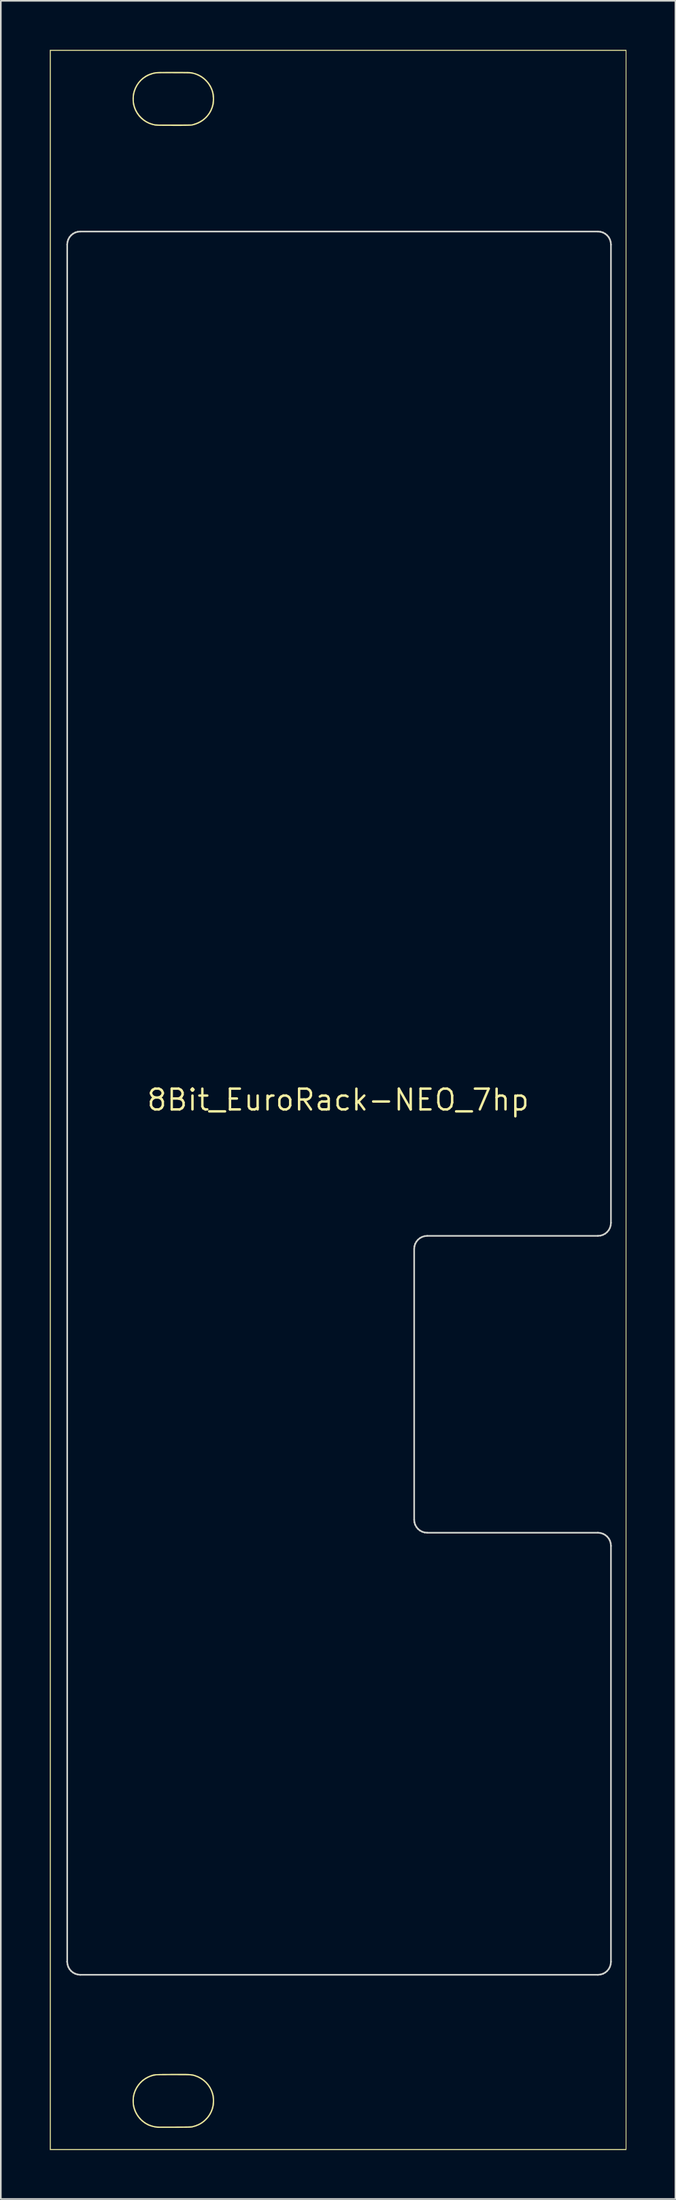
<source format=kicad_pcb>
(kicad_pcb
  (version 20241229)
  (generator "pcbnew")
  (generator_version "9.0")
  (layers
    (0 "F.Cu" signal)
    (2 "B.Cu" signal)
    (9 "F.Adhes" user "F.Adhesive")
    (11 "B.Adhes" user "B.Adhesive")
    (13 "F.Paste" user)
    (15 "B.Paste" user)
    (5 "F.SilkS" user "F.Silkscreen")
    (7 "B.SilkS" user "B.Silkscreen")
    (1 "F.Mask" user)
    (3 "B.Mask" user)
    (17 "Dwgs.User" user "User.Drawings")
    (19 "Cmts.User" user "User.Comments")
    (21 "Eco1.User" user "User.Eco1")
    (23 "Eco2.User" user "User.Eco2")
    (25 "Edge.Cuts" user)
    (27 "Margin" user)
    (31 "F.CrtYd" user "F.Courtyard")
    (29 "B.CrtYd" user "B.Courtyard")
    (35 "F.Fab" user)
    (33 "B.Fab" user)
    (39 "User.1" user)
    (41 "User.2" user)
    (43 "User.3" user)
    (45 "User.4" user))
  (footprint "8Bit_EuroRack-NEO_7hp"
    (layer "F.Cu")
    (at 17.658 64.254)
    (property "Reference" "8Bit_EuroRack-NEO_7hp" (at 0 0 0) (layer "F.SilkS") (effects (font (size 1.27 1.27) (thickness 0.15))))
    (attr through_hole)
    (fp_poly (pts (xy 17.653 64.249) (xy -17.653 64.249) (xy -17.653 -64.198) (xy -17.602 -64.198) (xy -17.602 64.198) (xy 17.615 64.198) (xy 17.615 -64.198) (xy -17.602 -64.198) (xy -17.653 -64.198) (xy -17.653 -64.249) (xy 17.653 -64.249) (xy 17.653 64.249)) (stroke (width 0.01) (type solid)) (fill yes) (layer "F.SilkS"))
    (fp_poly (pts (xy -9.892 -62.897) (xy -9.73 -62.897) (xy -9.59 -62.897) (xy -9.469 -62.896) (xy -9.367 -62.896) (xy -9.281 -62.895) (xy -9.209 -62.894) (xy -9.149 -62.893) (xy -9.101 -62.891) (xy -9.061 -62.889) (xy -9.028 -62.886) (xy -9.001 -62.883) (xy -8.976 -62.88) (xy -8.953 -62.875) (xy -8.93 -62.871) (xy -8.916 -62.867) (xy -8.718 -62.813) (xy -8.536 -62.74) (xy -8.368 -62.648) (xy -8.211 -62.535) (xy -8.064 -62.399) (xy -8.055 -62.39) (xy -7.921 -62.235) (xy -7.809 -62.066) (xy -7.72 -61.885) (xy -7.653 -61.694) (xy -7.613 -61.512) (xy -7.603 -61.426) (xy -7.598 -61.324) (xy -7.598 -61.215) (xy -7.603 -61.105) (xy -7.611 -61.004) (xy -7.625 -60.918) (xy -7.626 -60.909) (xy -7.683 -60.709) (xy -7.761 -60.521) (xy -7.862 -60.346) (xy -7.985 -60.183) (xy -8.071 -60.089) (xy -8.223 -59.953) (xy -8.389 -59.838) (xy -8.567 -59.745) (xy -8.743 -59.678) (xy -8.785 -59.665) (xy -8.825 -59.653) (xy -8.864 -59.643) (xy -8.903 -59.634) (xy -8.945 -59.627) (xy -8.992 -59.62) (xy -9.046 -59.615) (xy -9.108 -59.611) (xy -9.181 -59.608) (xy -9.266 -59.606) (xy -9.365 -59.604) (xy -9.481 -59.603) (xy -9.615 -59.602) (xy -9.768 -59.602) (xy -9.944 -59.602) (xy -10.103 -59.602) (xy -10.303 -59.603) (xy -10.479 -59.603) (xy -10.633 -59.604) (xy -10.765 -59.605) (xy -10.877 -59.607) (xy -10.971 -59.608) (xy -11.047 -59.61) (xy -11.108 -59.613) (xy -11.153 -59.615) (xy -11.186 -59.619) (xy -11.195 -59.62) (xy -11.393 -59.664) (xy -11.582 -59.73) (xy -11.759 -59.817) (xy -11.923 -59.924) (xy -12.072 -60.048) (xy -12.206 -60.189) (xy -12.322 -60.345) (xy -12.419 -60.514) (xy -12.496 -60.696) (xy -12.552 -60.888) (xy -12.567 -60.966) (xy -12.578 -61.055) (xy -12.584 -61.158) (xy -12.586 -61.269) (xy -12.586 -61.272) (xy -12.515 -61.272) (xy -12.514 -61.169) (xy -12.509 -61.074) (xy -12.5 -60.994) (xy -12.498 -60.985) (xy -12.451 -60.789) (xy -12.38 -60.603) (xy -12.287 -60.428) (xy -12.171 -60.265) (xy -12.053 -60.134) (xy -11.903 -60.001) (xy -11.744 -59.891) (xy -11.574 -59.804) (xy -11.39 -59.738) (xy -11.246 -59.702) (xy -11.224 -59.698) (xy -11.201 -59.694) (xy -11.175 -59.691) (xy -11.145 -59.689) (xy -11.108 -59.687) (xy -11.062 -59.685) (xy -11.007 -59.683) (xy -10.94 -59.682) (xy -10.859 -59.681) (xy -10.763 -59.681) (xy -10.649 -59.681) (xy -10.517 -59.681) (xy -10.364 -59.681) (xy -10.189 -59.681) (xy -10.058 -59.682) (xy -8.985 -59.684) (xy -8.862 -59.718) (xy -8.664 -59.784) (xy -8.481 -59.871) (xy -8.313 -59.976) (xy -8.162 -60.099) (xy -8.029 -60.239) (xy -7.914 -60.395) (xy -7.819 -60.566) (xy -7.745 -60.752) (xy -7.741 -60.763) (xy -7.697 -60.936) (xy -7.673 -61.118) (xy -7.67 -61.304) (xy -7.686 -61.489) (xy -7.721 -61.667) (xy -7.755 -61.776) (xy -7.833 -61.956) (xy -7.932 -62.125) (xy -8.05 -62.28) (xy -8.186 -62.419) (xy -8.337 -62.54) (xy -8.503 -62.642) (xy -8.68 -62.724) (xy -8.75 -62.749) (xy -8.788 -62.761) (xy -8.822 -62.772) (xy -8.854 -62.781) (xy -8.886 -62.789) (xy -8.92 -62.796) (xy -8.957 -62.802) (xy -9.001 -62.807) (xy -9.052 -62.811) (xy -9.112 -62.814) (xy -9.184 -62.816) (xy -9.27 -62.818) (xy -9.371 -62.819) (xy -9.489 -62.821) (xy -9.626 -62.821) (xy -9.785 -62.822) (xy -9.967 -62.823) (xy -10.008 -62.823) (xy -10.206 -62.824) (xy -10.381 -62.825) (xy -10.535 -62.825) (xy -10.669 -62.825) (xy -10.784 -62.824) (xy -10.884 -62.823) (xy -10.969 -62.821) (xy -11.042 -62.818) (xy -11.104 -62.814) (xy -11.157 -62.81) (xy -11.204 -62.804) (xy -11.245 -62.797) (xy -11.284 -62.789) (xy -11.321 -62.78) (xy -11.358 -62.77) (xy -11.364 -62.768) (xy -11.559 -62.699) (xy -11.738 -62.61) (xy -11.902 -62.502) (xy -12.048 -62.376) (xy -12.178 -62.232) (xy -12.288 -62.072) (xy -12.379 -61.897) (xy -12.45 -61.708) (xy -12.492 -61.544) (xy -12.503 -61.468) (xy -12.511 -61.374) (xy -12.515 -61.272) (xy -12.586 -61.272) (xy -12.583 -61.378) (xy -12.575 -61.477) (xy -12.567 -61.534) (xy -12.52 -61.728) (xy -12.45 -61.915) (xy -12.359 -62.091) (xy -12.248 -62.256) (xy -12.118 -62.406) (xy -11.971 -62.54) (xy -11.809 -62.655) (xy -11.684 -62.725) (xy -11.601 -62.762) (xy -11.503 -62.799) (xy -11.397 -62.833) (xy -11.293 -62.86) (xy -11.233 -62.873) (xy -11.209 -62.877) (xy -11.183 -62.881) (xy -11.155 -62.884) (xy -11.123 -62.887) (xy -11.084 -62.889) (xy -11.036 -62.891) (xy -10.979 -62.893) (xy -10.91 -62.894) (xy -10.827 -62.895) (xy -10.728 -62.896) (xy -10.612 -62.896) (xy -10.476 -62.897) (xy -10.32 -62.897) (xy -10.14 -62.897) (xy -10.077 -62.897) (xy -9.892 -62.897)) (stroke (width 0.01) (type solid)) (fill yes) (layer "F.SilkS"))
    (fp_poly (pts (xy -9.491 59.603) (xy -9.375 59.604) (xy -9.276 59.605) (xy -9.19 59.607) (xy -9.117 59.61) (xy -9.054 59.614) (xy -9 59.619) (xy -8.953 59.625) (xy -8.91 59.632) (xy -8.871 59.641) (xy -8.832 59.651) (xy -8.793 59.662) (xy -8.752 59.675) (xy -8.743 59.678) (xy -8.552 59.752) (xy -8.375 59.847) (xy -8.212 59.962) (xy -8.065 60.094) (xy -7.935 60.243) (xy -7.823 60.408) (xy -7.732 60.586) (xy -7.661 60.777) (xy -7.626 60.909) (xy -7.613 60.992) (xy -7.603 61.092) (xy -7.598 61.201) (xy -7.598 61.311) (xy -7.602 61.414) (xy -7.611 61.503) (xy -7.613 61.512) (xy -7.658 61.712) (xy -7.727 61.902) (xy -7.819 62.081) (xy -7.932 62.249) (xy -8.055 62.39) (xy -8.203 62.528) (xy -8.36 62.643) (xy -8.529 62.737) (xy -8.711 62.811) (xy -8.909 62.866) (xy -8.933 62.872) (xy -8.956 62.876) (xy -8.979 62.88) (xy -9.006 62.883) (xy -9.037 62.886) (xy -9.074 62.889) (xy -9.12 62.891) (xy -9.176 62.892) (xy -9.245 62.893) (xy -9.327 62.894) (xy -9.425 62.895) (xy -9.541 62.896) (xy -9.676 62.896) (xy -9.833 62.897) (xy -10.014 62.897) (xy -10.033 62.897) (xy -10.191 62.898) (xy -10.342 62.898) (xy -10.485 62.898) (xy -10.617 62.898) (xy -10.737 62.898) (xy -10.841 62.897) (xy -10.929 62.897) (xy -10.998 62.897) (xy -11.047 62.896) (xy -11.072 62.895) (xy -11.074 62.895) (xy -11.205 62.876) (xy -11.339 62.847) (xy -11.47 62.81) (xy -11.59 62.768) (xy -11.677 62.729) (xy -11.851 62.628) (xy -12.01 62.507) (xy -12.153 62.369) (xy -12.279 62.215) (xy -12.385 62.047) (xy -12.471 61.868) (xy -12.535 61.68) (xy -12.566 61.538) (xy -12.579 61.44) (xy -12.585 61.327) (xy -12.586 61.216) (xy -12.514 61.216) (xy -12.513 61.308) (xy -12.51 61.395) (xy -12.505 61.47) (xy -12.498 61.517) (xy -12.448 61.714) (xy -12.377 61.899) (xy -12.286 62.072) (xy -12.176 62.23) (xy -12.049 62.373) (xy -11.907 62.498) (xy -11.749 62.606) (xy -11.579 62.693) (xy -11.397 62.759) (xy -11.259 62.793) (xy -11.231 62.799) (xy -11.207 62.803) (xy -11.182 62.807) (xy -11.157 62.811) (xy -11.128 62.814) (xy -11.095 62.816) (xy -11.054 62.818) (xy -11.005 62.82) (xy -10.946 62.821) (xy -10.875 62.821) (xy -10.789 62.822) (xy -10.688 62.822) (xy -10.569 62.822) (xy -10.43 62.822) (xy -10.27 62.822) (xy -10.087 62.821) (xy -10.039 62.821) (xy -9.85 62.82) (xy -9.685 62.82) (xy -9.541 62.819) (xy -9.418 62.818) (xy -9.313 62.817) (xy -9.226 62.816) (xy -9.153 62.815) (xy -9.093 62.813) (xy -9.045 62.811) (xy -9.007 62.809) (xy -8.977 62.806) (xy -8.953 62.803) (xy -8.934 62.799) (xy -8.928 62.798) (xy -8.746 62.745) (xy -8.583 62.682) (xy -8.436 62.606) (xy -8.301 62.514) (xy -8.172 62.406) (xy -8.158 62.392) (xy -8.02 62.244) (xy -7.905 62.085) (xy -7.812 61.914) (xy -7.741 61.73) (xy -7.696 61.555) (xy -7.681 61.46) (xy -7.672 61.349) (xy -7.669 61.233) (xy -7.672 61.12) (xy -7.681 61.021) (xy -7.683 61.004) (xy -7.726 60.812) (xy -7.791 60.629) (xy -7.878 60.456) (xy -7.985 60.296) (xy -8.11 60.151) (xy -8.252 60.021) (xy -8.41 59.91) (xy -8.581 59.818) (xy -8.743 59.754) (xy -8.784 59.741) (xy -8.821 59.729) (xy -8.858 59.719) (xy -8.895 59.71) (xy -8.934 59.703) (xy -8.978 59.697) (xy -9.028 59.691) (xy -9.086 59.687) (xy -9.155 59.684) (xy -9.235 59.682) (xy -9.329 59.68) (xy -9.439 59.679) (xy -9.567 59.678) (xy -9.714 59.678) (xy -9.882 59.677) (xy -10.074 59.677) (xy -10.098 59.677) (xy -10.283 59.677) (xy -10.445 59.677) (xy -10.586 59.678) (xy -10.706 59.678) (xy -10.809 59.679) (xy -10.896 59.68) (xy -10.968 59.681) (xy -11.027 59.682) (xy -11.077 59.684) (xy -11.117 59.686) (xy -11.151 59.689) (xy -11.179 59.692) (xy -11.205 59.696) (xy -11.229 59.7) (xy -11.236 59.701) (xy -11.347 59.726) (xy -11.445 59.755) (xy -11.541 59.791) (xy -11.646 59.84) (xy -11.652 59.843) (xy -11.819 59.939) (xy -11.971 60.055) (xy -12.108 60.189) (xy -12.228 60.34) (xy -12.33 60.504) (xy -12.412 60.68) (xy -12.473 60.867) (xy -12.498 60.985) (xy -12.506 61.048) (xy -12.511 61.127) (xy -12.514 61.216) (xy -12.586 61.216) (xy -12.586 61.208) (xy -12.581 61.091) (xy -12.57 60.987) (xy -12.566 60.965) (xy -12.521 60.772) (xy -12.452 60.588) (xy -12.363 60.413) (xy -12.253 60.251) (xy -12.126 60.103) (xy -11.983 59.97) (xy -11.824 59.855) (xy -11.653 59.76) (xy -11.469 59.686) (xy -11.468 59.685) (xy -11.428 59.672) (xy -11.392 59.66) (xy -11.358 59.65) (xy -11.325 59.641) (xy -11.291 59.634) (xy -11.253 59.628) (xy -11.21 59.622) (xy -11.16 59.618) (xy -11.101 59.615) (xy -11.031 59.612) (xy -10.948 59.61) (xy -10.851 59.609) (xy -10.737 59.607) (xy -10.604 59.607) (xy -10.451 59.606) (xy -10.276 59.605) (xy -10.152 59.604) (xy -9.953 59.604) (xy -9.778 59.603) (xy -9.625 59.603) (xy -9.491 59.603)) (stroke (width 0.01) (type solid)) (fill yes) (layer "F.SilkS"))
    (fp_line (start -16.592 -52.338) (end -16.592 52.734) (stroke (width 0.1) (type solid)) (layer "Edge.Cuts"))
    (fp_line (start -16.592 52.734) (end -16.592 52.734) (stroke (width 0.1) (type solid)) (layer "Edge.Cuts"))
    (fp_line (start -16.592 52.734) (end -16.576 52.891) (stroke (width 0.1) (type solid)) (layer "Edge.Cuts"))
    (fp_line (start -16.576 -52.494) (end -16.592 -52.338) (stroke (width 0.1) (type solid)) (layer "Edge.Cuts"))
    (fp_line (start -16.576 52.891) (end -16.531 53.041) (stroke (width 0.1) (type solid)) (layer "Edge.Cuts"))
    (fp_line (start -16.531 -52.644) (end -16.576 -52.494) (stroke (width 0.1) (type solid)) (layer "Edge.Cuts"))
    (fp_line (start -16.531 53.041) (end -16.457 53.178) (stroke (width 0.1) (type solid)) (layer "Edge.Cuts"))
    (fp_line (start -16.457 -52.781) (end -16.531 -52.644) (stroke (width 0.1) (type solid)) (layer "Edge.Cuts"))
    (fp_line (start -16.457 53.178) (end -16.357 53.3) (stroke (width 0.1) (type solid)) (layer "Edge.Cuts"))
    (fp_line (start -16.357 -52.903) (end -16.457 -52.781) (stroke (width 0.1) (type solid)) (layer "Edge.Cuts"))
    (fp_line (start -16.357 53.3) (end -16.236 53.4) (stroke (width 0.1) (type solid)) (layer "Edge.Cuts"))
    (fp_line (start -16.236 -53.003) (end -16.357 -52.903) (stroke (width 0.1) (type solid)) (layer "Edge.Cuts"))
    (fp_line (start -16.236 53.4) (end -16.098 53.473) (stroke (width 0.1) (type solid)) (layer "Edge.Cuts"))
    (fp_line (start -16.098 -53.077) (end -16.236 -53.003) (stroke (width 0.1) (type solid)) (layer "Edge.Cuts"))
    (fp_line (start -16.098 53.473) (end -15.948 53.519) (stroke (width 0.1) (type solid)) (layer "Edge.Cuts"))
    (fp_line (start -15.948 -53.122) (end -16.098 -53.077) (stroke (width 0.1) (type solid)) (layer "Edge.Cuts"))
    (fp_line (start -15.948 53.519) (end -15.792 53.534) (stroke (width 0.1) (type solid)) (layer "Edge.Cuts"))
    (fp_line (start -15.792 -53.138) (end -15.948 -53.122) (stroke (width 0.1) (type solid)) (layer "Edge.Cuts"))
    (fp_line (start -15.792 53.534) (end 15.91 53.534) (stroke (width 0.1) (type solid)) (layer "Edge.Cuts"))
    (fp_line (start 4.658 9.119) (end 4.674 8.958) (stroke (width 0.1) (type solid)) (layer "Edge.Cuts"))
    (fp_line (start 4.658 25.684) (end 4.658 9.119) (stroke (width 0.1) (type solid)) (layer "Edge.Cuts"))
    (fp_line (start 4.674 8.958) (end 4.721 8.808) (stroke (width 0.1) (type solid)) (layer "Edge.Cuts"))
    (fp_line (start 4.674 25.845) (end 4.658 25.684) (stroke (width 0.1) (type solid)) (layer "Edge.Cuts"))
    (fp_line (start 4.721 8.808) (end 4.795 8.672) (stroke (width 0.1) (type solid)) (layer "Edge.Cuts"))
    (fp_line (start 4.721 25.996) (end 4.674 25.845) (stroke (width 0.1) (type solid)) (layer "Edge.Cuts"))
    (fp_line (start 4.795 8.672) (end 4.892 8.554) (stroke (width 0.1) (type solid)) (layer "Edge.Cuts"))
    (fp_line (start 4.795 26.132) (end 4.721 25.996) (stroke (width 0.1) (type solid)) (layer "Edge.Cuts"))
    (fp_line (start 4.892 8.554) (end 5.011 8.456) (stroke (width 0.1) (type solid)) (layer "Edge.Cuts"))
    (fp_line (start 4.892 26.25) (end 4.795 26.132) (stroke (width 0.1) (type solid)) (layer "Edge.Cuts"))
    (fp_line (start 5.011 8.456) (end 5.146 8.382) (stroke (width 0.1) (type solid)) (layer "Edge.Cuts"))
    (fp_line (start 5.011 26.348) (end 4.892 26.25) (stroke (width 0.1) (type solid)) (layer "Edge.Cuts"))
    (fp_line (start 5.146 8.382) (end 5.297 8.335) (stroke (width 0.1) (type solid)) (layer "Edge.Cuts"))
    (fp_line (start 5.146 26.421) (end 5.011 26.348) (stroke (width 0.1) (type solid)) (layer "Edge.Cuts"))
    (fp_line (start 5.297 8.335) (end 5.458 8.319) (stroke (width 0.1) (type solid)) (layer "Edge.Cuts"))
    (fp_line (start 5.297 26.468) (end 5.146 26.421) (stroke (width 0.1) (type solid)) (layer "Edge.Cuts"))
    (fp_line (start 5.458 8.319) (end 15.91 8.319) (stroke (width 0.1) (type solid)) (layer "Edge.Cuts"))
    (fp_line (start 5.458 26.484) (end 5.297 26.468) (stroke (width 0.1) (type solid)) (layer "Edge.Cuts"))
    (fp_line (start 15.91 -53.138) (end -15.792 -53.138) (stroke (width 0.1) (type solid)) (layer "Edge.Cuts"))
    (fp_line (start 15.91 8.319) (end 16.072 8.303) (stroke (width 0.1) (type solid)) (layer "Edge.Cuts"))
    (fp_line (start 15.91 26.484) (end 5.458 26.484) (stroke (width 0.1) (type solid)) (layer "Edge.Cuts"))
    (fp_line (start 15.91 53.534) (end 16.072 53.518) (stroke (width 0.1) (type solid)) (layer "Edge.Cuts"))
    (fp_line (start 16.072 -53.121) (end 15.91 -53.138) (stroke (width 0.1) (type solid)) (layer "Edge.Cuts"))
    (fp_line (start 16.072 8.303) (end 16.222 8.256) (stroke (width 0.1) (type solid)) (layer "Edge.Cuts"))
    (fp_line (start 16.072 26.5) (end 15.91 26.484) (stroke (width 0.1) (type solid)) (layer "Edge.Cuts"))
    (fp_line (start 16.072 53.518) (end 16.222 53.472) (stroke (width 0.1) (type solid)) (layer "Edge.Cuts"))
    (fp_line (start 16.222 -53.075) (end 16.072 -53.121) (stroke (width 0.1) (type solid)) (layer "Edge.Cuts"))
    (fp_line (start 16.222 8.256) (end 16.358 8.183) (stroke (width 0.1) (type solid)) (layer "Edge.Cuts"))
    (fp_line (start 16.222 26.547) (end 16.072 26.5) (stroke (width 0.1) (type solid)) (layer "Edge.Cuts"))
    (fp_line (start 16.222 53.472) (end 16.358 53.398) (stroke (width 0.1) (type solid)) (layer "Edge.Cuts"))
    (fp_line (start 16.358 -53.001) (end 16.222 -53.075) (stroke (width 0.1) (type solid)) (layer "Edge.Cuts"))
    (fp_line (start 16.358 8.183) (end 16.476 8.085) (stroke (width 0.1) (type solid)) (layer "Edge.Cuts"))
    (fp_line (start 16.358 26.621) (end 16.222 26.547) (stroke (width 0.1) (type solid)) (layer "Edge.Cuts"))
    (fp_line (start 16.358 53.398) (end 16.476 53.3) (stroke (width 0.1) (type solid)) (layer "Edge.Cuts"))
    (fp_line (start 16.476 -52.903) (end 16.358 -53.001) (stroke (width 0.1) (type solid)) (layer "Edge.Cuts"))
    (fp_line (start 16.476 8.085) (end 16.574 7.966) (stroke (width 0.1) (type solid)) (layer "Edge.Cuts"))
    (fp_line (start 16.476 26.719) (end 16.358 26.621) (stroke (width 0.1) (type solid)) (layer "Edge.Cuts"))
    (fp_line (start 16.476 53.3) (end 16.574 53.182) (stroke (width 0.1) (type solid)) (layer "Edge.Cuts"))
    (fp_line (start 16.574 -52.785) (end 16.476 -52.903) (stroke (width 0.1) (type solid)) (layer "Edge.Cuts"))
    (fp_line (start 16.574 7.966) (end 16.648 7.831) (stroke (width 0.1) (type solid)) (layer "Edge.Cuts"))
    (fp_line (start 16.574 26.837) (end 16.476 26.719) (stroke (width 0.1) (type solid)) (layer "Edge.Cuts"))
    (fp_line (start 16.574 53.182) (end 16.648 53.046) (stroke (width 0.1) (type solid)) (layer "Edge.Cuts"))
    (fp_line (start 16.648 -52.649) (end 16.574 -52.785) (stroke (width 0.1) (type solid)) (layer "Edge.Cuts"))
    (fp_line (start 16.648 7.831) (end 16.694 7.68) (stroke (width 0.1) (type solid)) (layer "Edge.Cuts"))
    (fp_line (start 16.648 26.973) (end 16.574 26.837) (stroke (width 0.1) (type solid)) (layer "Edge.Cuts"))
    (fp_line (start 16.648 53.046) (end 16.694 52.896) (stroke (width 0.1) (type solid)) (layer "Edge.Cuts"))
    (fp_line (start 16.694 -52.499) (end 16.648 -52.649) (stroke (width 0.1) (type solid)) (layer "Edge.Cuts"))
    (fp_line (start 16.694 7.68) (end 16.71 7.519) (stroke (width 0.1) (type solid)) (layer "Edge.Cuts"))
    (fp_line (start 16.694 27.123) (end 16.648 26.973) (stroke (width 0.1) (type solid)) (layer "Edge.Cuts"))
    (fp_line (start 16.694 52.896) (end 16.71 52.734) (stroke (width 0.1) (type solid)) (layer "Edge.Cuts"))
    (fp_line (start 16.71 -52.338) (end 16.694 -52.499) (stroke (width 0.1) (type solid)) (layer "Edge.Cuts"))
    (fp_line (start 16.71 7.519) (end 16.71 -52.338) (stroke (width 0.1) (type solid)) (layer "Edge.Cuts"))
    (fp_line (start 16.71 27.284) (end 16.694 27.123) (stroke (width 0.1) (type solid)) (layer "Edge.Cuts"))
    (fp_line (start 16.71 52.734) (end 16.71 27.284) (stroke (width 0.1) (type solid)) (layer "Edge.Cuts")))
  (gr_rect
    (start -3 -3)
    (end 38.316 131.509)
    (stroke (width 0.1) (type default))
    (fill no)
    (layer "Edge.Cuts")))
</source>
